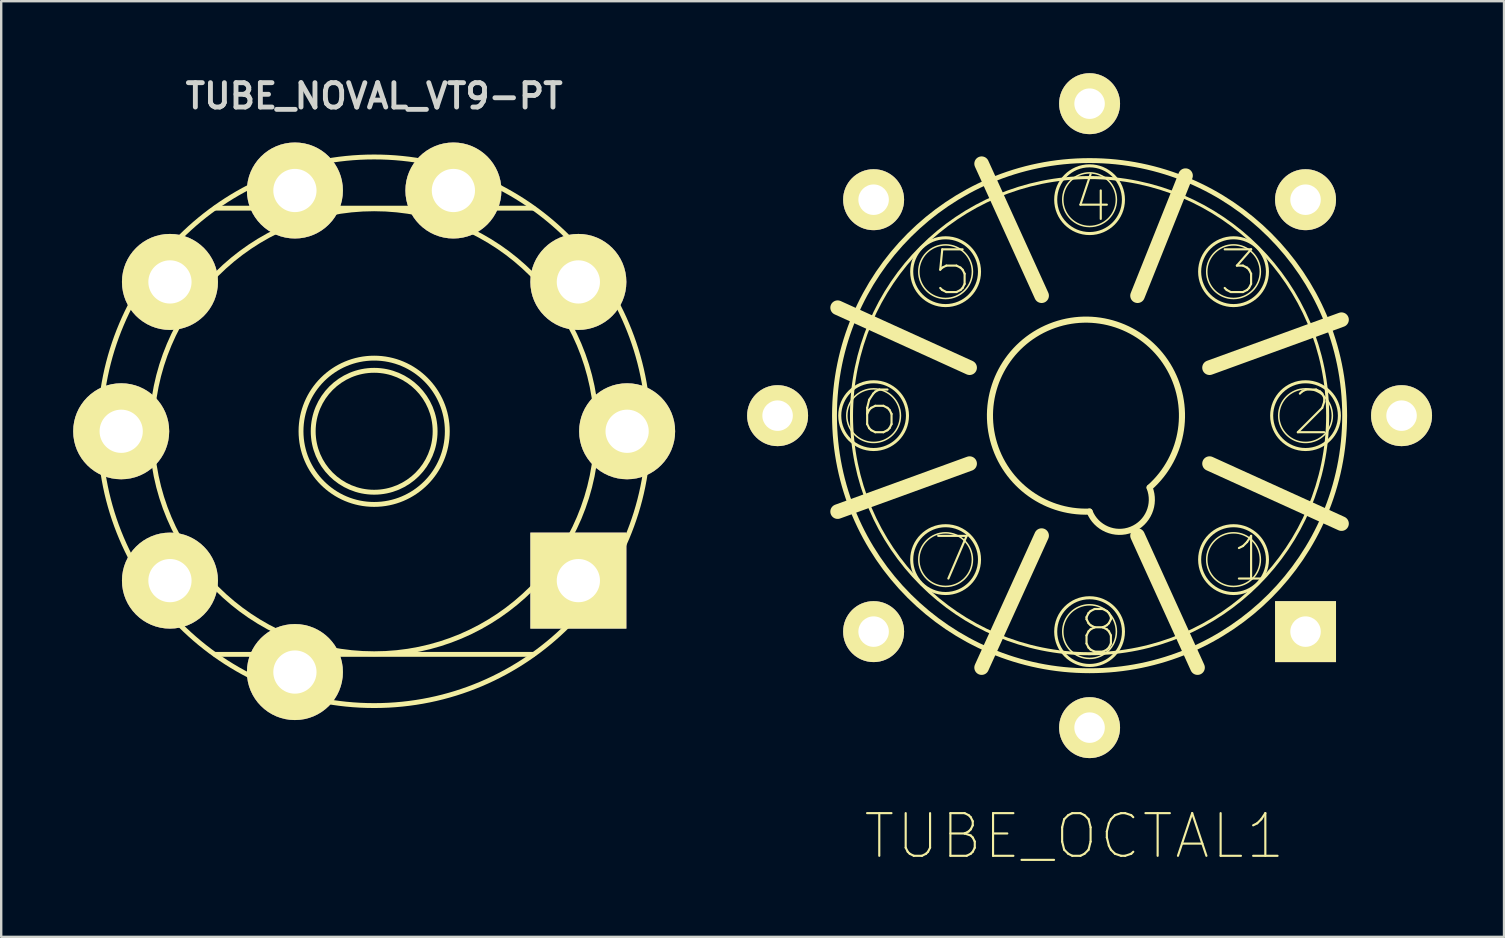
<source format=kicad_pcb>
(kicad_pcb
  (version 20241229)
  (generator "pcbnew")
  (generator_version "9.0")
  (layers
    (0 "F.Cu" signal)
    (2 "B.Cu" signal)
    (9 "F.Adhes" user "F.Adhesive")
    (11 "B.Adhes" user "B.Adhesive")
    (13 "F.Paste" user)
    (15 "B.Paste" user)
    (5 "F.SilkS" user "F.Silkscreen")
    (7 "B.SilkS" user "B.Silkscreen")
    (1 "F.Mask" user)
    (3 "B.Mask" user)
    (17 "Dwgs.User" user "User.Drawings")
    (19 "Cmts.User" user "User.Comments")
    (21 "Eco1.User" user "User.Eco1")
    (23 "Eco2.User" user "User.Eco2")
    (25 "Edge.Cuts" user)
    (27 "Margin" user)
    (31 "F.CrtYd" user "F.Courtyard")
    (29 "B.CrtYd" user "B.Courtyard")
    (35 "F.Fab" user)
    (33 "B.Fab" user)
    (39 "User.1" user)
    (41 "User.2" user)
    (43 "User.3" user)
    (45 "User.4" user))
  (footprint "TUBE_NOVAL_VT9-PT"
    (layer "F.Cu")
    (at 12.541 14.921)
    (property "Reference" "TUBE_NOVAL_VT9-PT" (at 0 -13.97 0) (layer "Edge.Cuts") (effects (font (size 1.016 1.016) (thickness 0.203))))
    (attr exclude_from_pos_files exclude_from_bom)
    (fp_line (start -6.629 -9.296) (end 6.629 -9.296) (stroke (width 0.203) (type solid)) (layer "F.SilkS"))
    (fp_line (start 6.629 9.296) (end -6.629 9.296) (stroke (width 0.203) (type solid)) (layer "F.SilkS"))
    (fp_circle (center 0 0) (end -11.43 0) (stroke (width 0.203) (type solid)) (fill no) (layer "F.SilkS"))
    (fp_circle (center 0 0) (end 2.54 0) (stroke (width 0.203) (type solid)) (fill no) (layer "F.SilkS"))
    (fp_circle (center 0 0) (end 3.048 0) (stroke (width 0.203) (type solid)) (fill no) (layer "F.SilkS"))
    (fp_circle (center 0 0) (end 9.271 0) (stroke (width 0.203) (type solid)) (fill no) (layer "F.SilkS"))
    (fp_text user "9" (at -1.27 4.064 0) (layer "Edge.Cuts") (effects (font (size 1.016 1.016) (thickness 0.203))))
    (fp_text user "5" (at -1.27 -4.191 0) (layer "Edge.Cuts") (effects (font (size 1.016 1.016) (thickness 0.203))))
    (fp_text user "6" (at -3.429 -2.54 0) (layer "Edge.Cuts") (effects (font (size 1.016 1.016) (thickness 0.203))))
    (fp_text user "3" (at 3.683 -2.54 0) (layer "Edge.Cuts") (effects (font (size 1.016 1.016) (thickness 0.203))))
    (fp_text user "7" (at -4.318 0 0) (layer "Edge.Cuts") (effects (font (size 1.016 1.016) (thickness 0.203))))
    (fp_text user "4" (at 1.397 -4.191 0) (layer "Edge.Cuts") (effects (font (size 1.016 1.016) (thickness 0.203))))
    (fp_text user "2" (at 4.445 0 0) (layer "Edge.Cuts") (effects (font (size 1.016 1.016) (thickness 0.203))))
    (fp_text user "1" (at 3.556 2.54 0) (layer "Edge.Cuts") (effects (font (size 1.016 1.016) (thickness 0.203))))
    (fp_text user "8" (at -3.429 2.54 0) (layer "Edge.Cuts") (effects (font (size 1.016 1.016) (thickness 0.203))))
    (pad "1" thru_hole rect (at 8.509 6.223) (size 4 4) (drill 1.801) (layers "*.Cu" "F.Mask" "F.SilkS" "F.Paste"))
    (pad "2" thru_hole circle (at 10.541 0) (size 4 4) (drill 1.801) (layers "*.Cu" "F.Mask" "F.SilkS" "F.Paste"))
    (pad "3" thru_hole circle (at 8.509 -6.223) (size 4 4) (drill 1.801) (layers "*.Cu" "F.Mask" "F.SilkS" "F.Paste"))
    (pad "4" thru_hole circle (at 3.302 -10.033) (size 4 4) (drill 1.801) (layers "*.Cu" "F.Mask" "F.SilkS" "F.Paste"))
    (pad "5" thru_hole circle (at -3.302 -10.033) (size 4 4) (drill 1.801) (layers "*.Cu" "F.Mask" "F.SilkS" "F.Paste"))
    (pad "6" thru_hole circle (at -8.509 -6.223) (size 4 4) (drill 1.801) (layers "*.Cu" "F.Mask" "F.SilkS" "F.Paste"))
    (pad "7" thru_hole circle (at -10.541 0) (size 4 4) (drill 1.801) (layers "*.Cu" "F.Mask" "F.SilkS" "F.Paste"))
    (pad "8" thru_hole circle (at -8.509 6.223) (size 4 4) (drill 1.801) (layers "*.Cu" "F.Mask" "F.SilkS" "F.Paste"))
    (pad "9" thru_hole circle (at -3.302 10.033) (size 4 4) (drill 1.801) (layers "*.Cu" "F.Mask" "F.SilkS" "F.Paste")))
  (footprint "TUBE_OCTAL1"
    (layer "F.Cu")
    (at 42.352 14.27)
    (property "Reference" "TUBE_OCTAL1" (at -0.635 17.523 0) (layer "F.SilkS") (effects (font (size 1.778 1.778) (thickness 0.089))))
    (attr exclude_from_pos_files exclude_from_bom)
    (fp_line (start -4.999 -1.999) (end -10.498 -4.498) (stroke (width 0.61) (type solid)) (layer "F.SilkS"))
    (fp_line (start -4.999 1.999) (end -10.498 3.998) (stroke (width 0.61) (type solid)) (layer "F.SilkS"))
    (fp_line (start -1.999 -4.999) (end -4.498 -10.498) (stroke (width 0.61) (type solid)) (layer "F.SilkS"))
    (fp_line (start -1.999 4.999) (end -4.498 10.498) (stroke (width 0.61) (type solid)) (layer "F.SilkS"))
    (fp_line (start 1.999 -4.999) (end 3.998 -10) (stroke (width 0.61) (type solid)) (layer "F.SilkS"))
    (fp_line (start 1.999 4.999) (end 4.498 10.498) (stroke (width 0.61) (type solid)) (layer "F.SilkS"))
    (fp_line (start 4.999 -1.999) (end 10.498 -3.998) (stroke (width 0.61) (type solid)) (layer "F.SilkS"))
    (fp_line (start 4.999 1.999) (end 10.498 4.498) (stroke (width 0.61) (type solid)) (layer "F.SilkS"))
    (fp_arc (start 0 3.99796) (mid -1.638642 -3.713444) (end 2.503569 2.994237) (stroke (width 0.254) (type solid)) (layer "F.SilkS"))
    (fp_arc (start 2.49936 2.99974) (mid 1.74752 4.74726) (end 0 3.99542) (stroke (width 0.254) (type solid)) (layer "F.SilkS"))
    (fp_circle (center -8.999 0) (end -9.997 0.998) (stroke (width 0.127) (type solid)) (fill no) (layer "F.SilkS"))
    (fp_circle (center -8.999 0) (end -9.789 0.79) (stroke (width 0.064) (type solid)) (fill no) (layer "F.SilkS"))
    (fp_circle (center -5.999 -5.999) (end -6.998 -6.998) (stroke (width 0.127) (type solid)) (fill no) (layer "F.SilkS"))
    (fp_circle (center -5.999 -5.999) (end -6.789 -6.789) (stroke (width 0.064) (type solid)) (fill no) (layer "F.SilkS"))
    (fp_circle (center -5.999 5.999) (end -6.998 6.998) (stroke (width 0.127) (type solid)) (fill no) (layer "F.SilkS"))
    (fp_circle (center -5.999 5.999) (end -6.789 6.789) (stroke (width 0.064) (type solid)) (fill no) (layer "F.SilkS"))
    (fp_circle (center 0 -8.999) (end -0.998 -9.997) (stroke (width 0.127) (type solid)) (fill no) (layer "F.SilkS"))
    (fp_circle (center 0 -8.999) (end -0.79 -9.789) (stroke (width 0.064) (type solid)) (fill no) (layer "F.SilkS"))
    (fp_circle (center 0 0) (end -7.516 7.516) (stroke (width 0.203) (type solid)) (fill no) (layer "F.SilkS"))
    (fp_circle (center 0 0) (end -7.015 7.015) (stroke (width 0.127) (type solid)) (fill no) (layer "F.SilkS"))
    (fp_circle (center 0 8.999) (end -0.998 9.997) (stroke (width 0.127) (type solid)) (fill no) (layer "F.SilkS"))
    (fp_circle (center 0 8.999) (end -0.79 9.789) (stroke (width 0.064) (type solid)) (fill no) (layer "F.SilkS"))
    (fp_circle (center 5.999 -5.999) (end 6.789 -6.789) (stroke (width 0.064) (type solid)) (fill no) (layer "F.SilkS"))
    (fp_circle (center 5.999 -5.999) (end 6.998 -6.998) (stroke (width 0.127) (type solid)) (fill no) (layer "F.SilkS"))
    (fp_circle (center 5.999 5.999) (end 6.789 6.789) (stroke (width 0.064) (type solid)) (fill no) (layer "F.SilkS"))
    (fp_circle (center 5.999 5.999) (end 6.998 6.998) (stroke (width 0.127) (type solid)) (fill no) (layer "F.SilkS"))
    (fp_circle (center 8.999 0) (end 9.789 0.79) (stroke (width 0.064) (type solid)) (fill no) (layer "F.SilkS"))
    (fp_circle (center 8.999 0) (end 9.997 0.998) (stroke (width 0.127) (type solid)) (fill no) (layer "F.SilkS"))
    (fp_text user "2" (at 9.271 -0.127 0) (layer "F.SilkS") (effects (font (size 1.778 1.778) (thickness 0.089))))
    (fp_text user "6" (at -8.76 -0.127 0) (layer "F.SilkS") (effects (font (size 1.778 1.778) (thickness 0.089))))
    (fp_text user "4" (at 0.127 -9.017 0) (layer "F.SilkS") (effects (font (size 1.778 1.778) (thickness 0.089))))
    (fp_text user "7" (at -5.715 5.969 0) (layer "F.SilkS") (effects (font (size 1.778 1.778) (thickness 0.089))))
    (fp_text user "3" (at 6.223 -5.969 0) (layer "F.SilkS") (effects (font (size 1.778 1.778) (thickness 0.089))))
    (fp_text user "8" (at 0.381 9.017 0) (layer "F.SilkS") (effects (font (size 1.778 1.778) (thickness 0.089))))
    (fp_text user "5" (at -5.715 -5.969 0) (layer "F.SilkS") (effects (font (size 1.778 1.778) (thickness 0.089))))
    (fp_text user "1" (at 6.731 5.969 0) (layer "F.SilkS") (effects (font (size 1.778 1.778) (thickness 0.089))))
    (pad "1" thru_hole rect (at 8.999 8.999) (size 2.54 2.54) (drill 1.27) (layers "*.Cu" "F.Mask" "F.SilkS" "F.Paste"))
    (pad "2" thru_hole circle (at 13 0) (size 2.54 2.54) (drill 1.27) (layers "*.Cu" "F.Mask" "F.SilkS" "F.Paste"))
    (pad "3" thru_hole circle (at 8.999 -8.999) (size 2.54 2.54) (drill 1.27) (layers "*.Cu" "F.Mask" "F.SilkS" "F.Paste"))
    (pad "4" thru_hole circle (at 0 -13) (size 2.54 2.54) (drill 1.27) (layers "*.Cu" "F.Mask" "F.SilkS" "F.Paste"))
    (pad "5" thru_hole circle (at -8.999 -8.999) (size 2.54 2.54) (drill 1.27) (layers "*.Cu" "F.Mask" "F.SilkS" "F.Paste"))
    (pad "6" thru_hole circle (at -13 0) (size 2.54 2.54) (drill 1.27) (layers "*.Cu" "F.Mask" "F.SilkS" "F.Paste"))
    (pad "7" thru_hole circle (at -8.999 8.999) (size 2.54 2.54) (drill 1.27) (layers "*.Cu" "F.Mask" "F.SilkS" "F.Paste"))
    (pad "8" thru_hole circle (at 0 13) (size 2.54 2.54) (drill 1.27) (layers "*.Cu" "F.Mask" "F.SilkS" "F.Paste")))
  (gr_rect
    (start -3 -3)
    (end 59.622 35.989)
    (stroke (width 0.1) (type default))
    (fill no)
    (layer "Edge.Cuts")))
</source>
